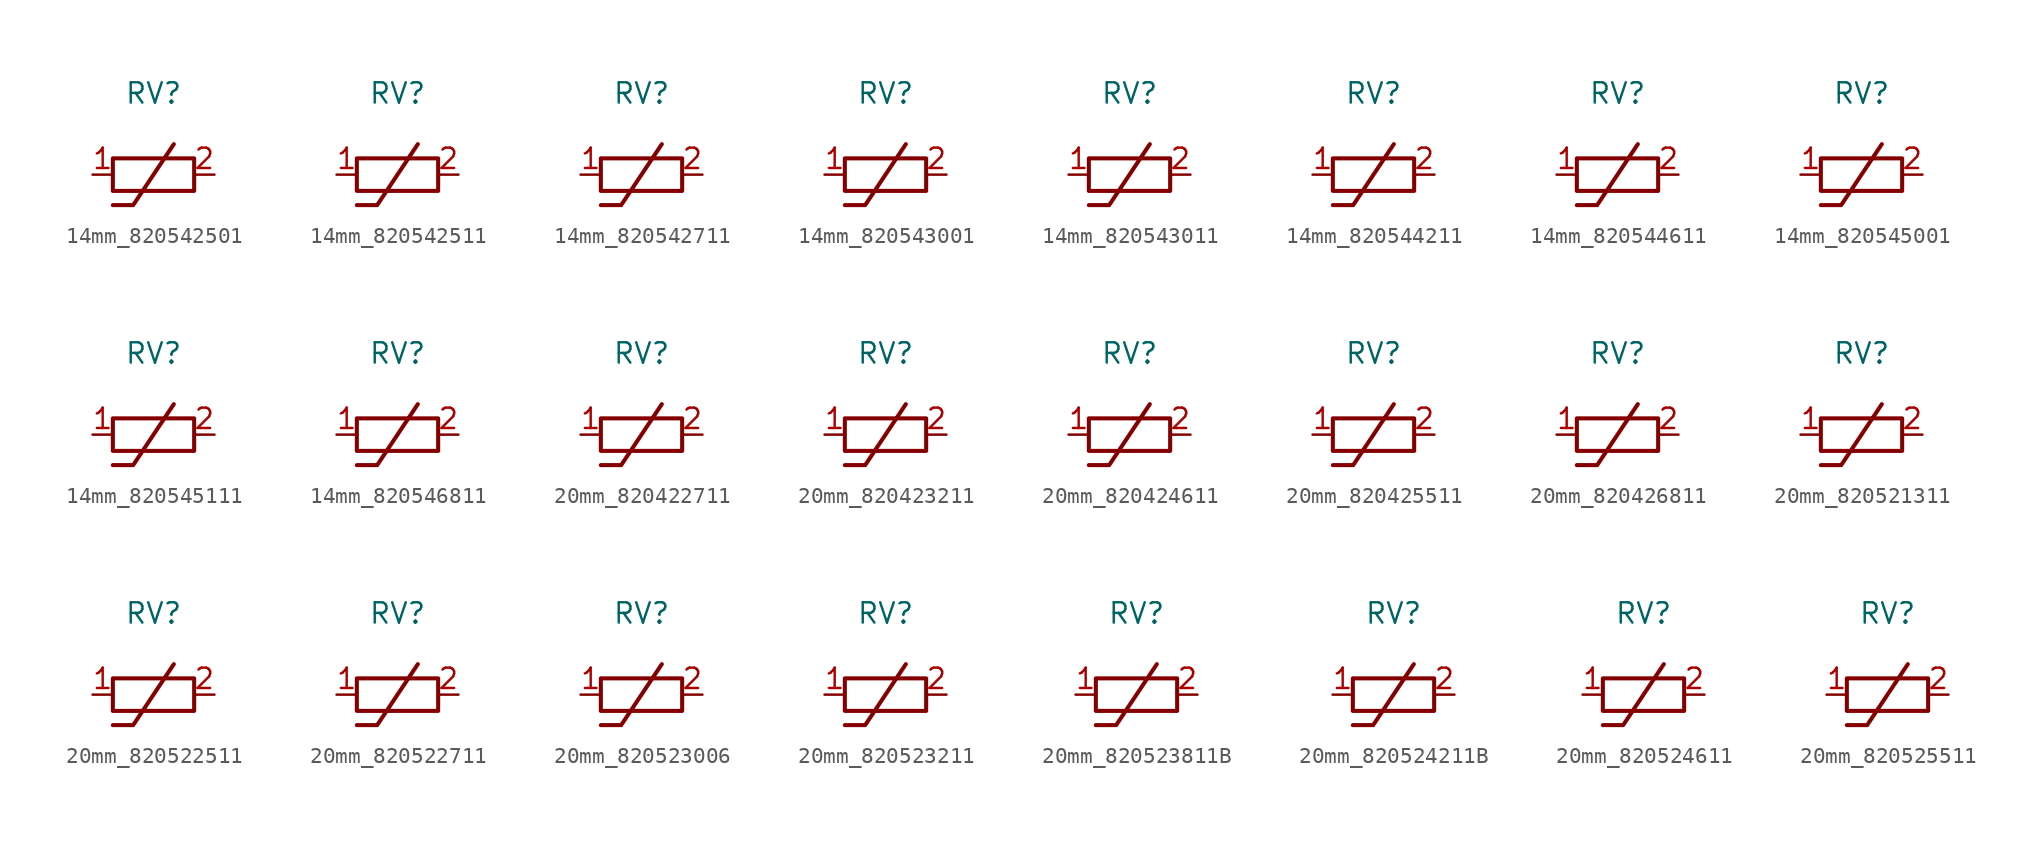
<source format=kicad_sym>
(kicad_symbol_lib
  (version 20220914)
  (generator kicad_symbol_editor)
  (symbol "14mm_820542501"
    (pin_names hide)
    (property "Reference" "RV"
      (at 0 5.08 0)
      (effects (font (size 1.27 1.27))))
    (symbol "14mm_820542501_0_1"
      (rectangle (start -2.54 1.016) (end 2.54 -1.016) (stroke (width 0.254) (type default)) (fill (type none))))
    (symbol "14mm_820542501_1_1"
      (polyline (pts (xy -2.54 -1.905) (xy -1.27 -1.905) (xy 1.27 1.905)) (stroke (width 0.254) (type default)) (fill (type none)))
      (pin passive line (at -3.81 0 0) (length 1.27) (name "~" (effects (font (size 1.27 1.27)))) (number "1" (effects (font (size 1.27 1.27)))))
      (pin passive line (at 3.81 0 180) (length 1.27) (name "~" (effects (font (size 1.27 1.27)))) (number "2" (effects (font (size 1.27 1.27)))))))
  (symbol "14mm_820542511"
    (pin_names hide)
    (property "Reference" "RV"
      (at 0 5.08 0)
      (effects (font (size 1.27 1.27))))
    (symbol "14mm_820542511_0_1"
      (rectangle (start -2.54 1.016) (end 2.54 -1.016) (stroke (width 0.254) (type default)) (fill (type none))))
    (symbol "14mm_820542511_1_1"
      (polyline (pts (xy -2.54 -1.905) (xy -1.27 -1.905) (xy 1.27 1.905)) (stroke (width 0.254) (type default)) (fill (type none)))
      (pin passive line (at -3.81 0 0) (length 1.27) (name "~" (effects (font (size 1.27 1.27)))) (number "1" (effects (font (size 1.27 1.27)))))
      (pin passive line (at 3.81 0 180) (length 1.27) (name "~" (effects (font (size 1.27 1.27)))) (number "2" (effects (font (size 1.27 1.27)))))))
  (symbol "14mm_820542711"
    (pin_names hide)
    (property "Reference" "RV"
      (at 0 5.08 0)
      (effects (font (size 1.27 1.27))))
    (symbol "14mm_820542711_0_1"
      (rectangle (start -2.54 1.016) (end 2.54 -1.016) (stroke (width 0.254) (type default)) (fill (type none))))
    (symbol "14mm_820542711_1_1"
      (polyline (pts (xy -2.54 -1.905) (xy -1.27 -1.905) (xy 1.27 1.905)) (stroke (width 0.254) (type default)) (fill (type none)))
      (pin passive line (at -3.81 0 0) (length 1.27) (name "~" (effects (font (size 1.27 1.27)))) (number "1" (effects (font (size 1.27 1.27)))))
      (pin passive line (at 3.81 0 180) (length 1.27) (name "~" (effects (font (size 1.27 1.27)))) (number "2" (effects (font (size 1.27 1.27)))))))
  (symbol "14mm_820543001"
    (pin_names hide)
    (property "Reference" "RV"
      (at 0 5.08 0)
      (effects (font (size 1.27 1.27))))
    (symbol "14mm_820543001_0_1"
      (rectangle (start -2.54 1.016) (end 2.54 -1.016) (stroke (width 0.254) (type default)) (fill (type none))))
    (symbol "14mm_820543001_1_1"
      (polyline (pts (xy -2.54 -1.905) (xy -1.27 -1.905) (xy 1.27 1.905)) (stroke (width 0.254) (type default)) (fill (type none)))
      (pin passive line (at -3.81 0 0) (length 1.27) (name "~" (effects (font (size 1.27 1.27)))) (number "1" (effects (font (size 1.27 1.27)))))
      (pin passive line (at 3.81 0 180) (length 1.27) (name "~" (effects (font (size 1.27 1.27)))) (number "2" (effects (font (size 1.27 1.27)))))))
  (symbol "14mm_820543011"
    (pin_names hide)
    (property "Reference" "RV"
      (at 0 5.08 0)
      (effects (font (size 1.27 1.27))))
    (symbol "14mm_820543011_0_1"
      (rectangle (start -2.54 1.016) (end 2.54 -1.016) (stroke (width 0.254) (type default)) (fill (type none))))
    (symbol "14mm_820543011_1_1"
      (polyline (pts (xy -2.54 -1.905) (xy -1.27 -1.905) (xy 1.27 1.905)) (stroke (width 0.254) (type default)) (fill (type none)))
      (pin passive line (at -3.81 0 0) (length 1.27) (name "~" (effects (font (size 1.27 1.27)))) (number "1" (effects (font (size 1.27 1.27)))))
      (pin passive line (at 3.81 0 180) (length 1.27) (name "~" (effects (font (size 1.27 1.27)))) (number "2" (effects (font (size 1.27 1.27)))))))
  (symbol "14mm_820544211"
    (pin_names hide)
    (property "Reference" "RV"
      (at 0 5.08 0)
      (effects (font (size 1.27 1.27))))
    (symbol "14mm_820544211_0_1"
      (rectangle (start -2.54 1.016) (end 2.54 -1.016) (stroke (width 0.254) (type default)) (fill (type none))))
    (symbol "14mm_820544211_1_1"
      (polyline (pts (xy -2.54 -1.905) (xy -1.27 -1.905) (xy 1.27 1.905)) (stroke (width 0.254) (type default)) (fill (type none)))
      (pin passive line (at -3.81 0 0) (length 1.27) (name "~" (effects (font (size 1.27 1.27)))) (number "1" (effects (font (size 1.27 1.27)))))
      (pin passive line (at 3.81 0 180) (length 1.27) (name "~" (effects (font (size 1.27 1.27)))) (number "2" (effects (font (size 1.27 1.27)))))))
  (symbol "14mm_820544611"
    (pin_names hide)
    (property "Reference" "RV"
      (at 0 5.08 0)
      (effects (font (size 1.27 1.27))))
    (symbol "14mm_820544611_0_1"
      (rectangle (start -2.54 1.016) (end 2.54 -1.016) (stroke (width 0.254) (type default)) (fill (type none))))
    (symbol "14mm_820544611_1_1"
      (polyline (pts (xy -2.54 -1.905) (xy -1.27 -1.905) (xy 1.27 1.905)) (stroke (width 0.254) (type default)) (fill (type none)))
      (pin passive line (at -3.81 0 0) (length 1.27) (name "~" (effects (font (size 1.27 1.27)))) (number "1" (effects (font (size 1.27 1.27)))))
      (pin passive line (at 3.81 0 180) (length 1.27) (name "~" (effects (font (size 1.27 1.27)))) (number "2" (effects (font (size 1.27 1.27)))))))
  (symbol "14mm_820545001"
    (pin_names hide)
    (property "Reference" "RV"
      (at 0 5.08 0)
      (effects (font (size 1.27 1.27))))
    (symbol "14mm_820545001_0_1"
      (rectangle (start -2.54 1.016) (end 2.54 -1.016) (stroke (width 0.254) (type default)) (fill (type none))))
    (symbol "14mm_820545001_1_1"
      (polyline (pts (xy -2.54 -1.905) (xy -1.27 -1.905) (xy 1.27 1.905)) (stroke (width 0.254) (type default)) (fill (type none)))
      (pin passive line (at -3.81 0 0) (length 1.27) (name "~" (effects (font (size 1.27 1.27)))) (number "1" (effects (font (size 1.27 1.27)))))
      (pin passive line (at 3.81 0 180) (length 1.27) (name "~" (effects (font (size 1.27 1.27)))) (number "2" (effects (font (size 1.27 1.27)))))))
  (symbol "14mm_820545111"
    (pin_names hide)
    (property "Reference" "RV"
      (at 0 5.08 0)
      (effects (font (size 1.27 1.27))))
    (symbol "14mm_820545111_0_1"
      (rectangle (start -2.54 1.016) (end 2.54 -1.016) (stroke (width 0.254) (type default)) (fill (type none))))
    (symbol "14mm_820545111_1_1"
      (polyline (pts (xy -2.54 -1.905) (xy -1.27 -1.905) (xy 1.27 1.905)) (stroke (width 0.254) (type default)) (fill (type none)))
      (pin passive line (at -3.81 0 0) (length 1.27) (name "~" (effects (font (size 1.27 1.27)))) (number "1" (effects (font (size 1.27 1.27)))))
      (pin passive line (at 3.81 0 180) (length 1.27) (name "~" (effects (font (size 1.27 1.27)))) (number "2" (effects (font (size 1.27 1.27)))))))
  (symbol "14mm_820546811"
    (pin_names hide)
    (property "Reference" "RV"
      (at 0 5.08 0)
      (effects (font (size 1.27 1.27))))
    (symbol "14mm_820546811_0_1"
      (rectangle (start -2.54 1.016) (end 2.54 -1.016) (stroke (width 0.254) (type default)) (fill (type none))))
    (symbol "14mm_820546811_1_1"
      (polyline (pts (xy -2.54 -1.905) (xy -1.27 -1.905) (xy 1.27 1.905)) (stroke (width 0.254) (type default)) (fill (type none)))
      (pin passive line (at -3.81 0 0) (length 1.27) (name "~" (effects (font (size 1.27 1.27)))) (number "1" (effects (font (size 1.27 1.27)))))
      (pin passive line (at 3.81 0 180) (length 1.27) (name "~" (effects (font (size 1.27 1.27)))) (number "2" (effects (font (size 1.27 1.27)))))))
  (symbol "20mm_820422711"
    (pin_names hide)
    (property "Reference" "RV"
      (at 0 5.08 0)
      (effects (font (size 1.27 1.27))))
    (symbol "20mm_820422711_0_1"
      (rectangle (start -2.54 1.016) (end 2.54 -1.016) (stroke (width 0.254) (type default)) (fill (type none))))
    (symbol "20mm_820422711_1_1"
      (polyline (pts (xy -2.54 -1.905) (xy -1.27 -1.905) (xy 1.27 1.905)) (stroke (width 0.254) (type default)) (fill (type none)))
      (pin passive line (at -3.81 0 0) (length 1.27) (name "~" (effects (font (size 1.27 1.27)))) (number "1" (effects (font (size 1.27 1.27)))))
      (pin passive line (at 3.81 0 180) (length 1.27) (name "~" (effects (font (size 1.27 1.27)))) (number "2" (effects (font (size 1.27 1.27)))))))
  (symbol "20mm_820423211"
    (pin_names hide)
    (property "Reference" "RV"
      (at 0 5.08 0)
      (effects (font (size 1.27 1.27))))
    (symbol "20mm_820423211_0_1"
      (rectangle (start -2.54 1.016) (end 2.54 -1.016) (stroke (width 0.254) (type default)) (fill (type none))))
    (symbol "20mm_820423211_1_1"
      (polyline (pts (xy -2.54 -1.905) (xy -1.27 -1.905) (xy 1.27 1.905)) (stroke (width 0.254) (type default)) (fill (type none)))
      (pin passive line (at -3.81 0 0) (length 1.27) (name "~" (effects (font (size 1.27 1.27)))) (number "1" (effects (font (size 1.27 1.27)))))
      (pin passive line (at 3.81 0 180) (length 1.27) (name "~" (effects (font (size 1.27 1.27)))) (number "2" (effects (font (size 1.27 1.27)))))))
  (symbol "20mm_820424611"
    (pin_names hide)
    (property "Reference" "RV"
      (at 0 5.08 0)
      (effects (font (size 1.27 1.27))))
    (symbol "20mm_820424611_0_1"
      (rectangle (start -2.54 1.016) (end 2.54 -1.016) (stroke (width 0.254) (type default)) (fill (type none))))
    (symbol "20mm_820424611_1_1"
      (polyline (pts (xy -2.54 -1.905) (xy -1.27 -1.905) (xy 1.27 1.905)) (stroke (width 0.254) (type default)) (fill (type none)))
      (pin passive line (at -3.81 0 0) (length 1.27) (name "~" (effects (font (size 1.27 1.27)))) (number "1" (effects (font (size 1.27 1.27)))))
      (pin passive line (at 3.81 0 180) (length 1.27) (name "~" (effects (font (size 1.27 1.27)))) (number "2" (effects (font (size 1.27 1.27)))))))
  (symbol "20mm_820425511"
    (pin_names hide)
    (property "Reference" "RV"
      (at 0 5.08 0)
      (effects (font (size 1.27 1.27))))
    (symbol "20mm_820425511_0_1"
      (rectangle (start -2.54 1.016) (end 2.54 -1.016) (stroke (width 0.254) (type default)) (fill (type none))))
    (symbol "20mm_820425511_1_1"
      (polyline (pts (xy -2.54 -1.905) (xy -1.27 -1.905) (xy 1.27 1.905)) (stroke (width 0.254) (type default)) (fill (type none)))
      (pin passive line (at -3.81 0 0) (length 1.27) (name "~" (effects (font (size 1.27 1.27)))) (number "1" (effects (font (size 1.27 1.27)))))
      (pin passive line (at 3.81 0 180) (length 1.27) (name "~" (effects (font (size 1.27 1.27)))) (number "2" (effects (font (size 1.27 1.27)))))))
  (symbol "20mm_820426811"
    (pin_names hide)
    (property "Reference" "RV"
      (at 0 5.08 0)
      (effects (font (size 1.27 1.27))))
    (symbol "20mm_820426811_0_1"
      (rectangle (start -2.54 1.016) (end 2.54 -1.016) (stroke (width 0.254) (type default)) (fill (type none))))
    (symbol "20mm_820426811_1_1"
      (polyline (pts (xy -2.54 -1.905) (xy -1.27 -1.905) (xy 1.27 1.905)) (stroke (width 0.254) (type default)) (fill (type none)))
      (pin passive line (at -3.81 0 0) (length 1.27) (name "~" (effects (font (size 1.27 1.27)))) (number "1" (effects (font (size 1.27 1.27)))))
      (pin passive line (at 3.81 0 180) (length 1.27) (name "~" (effects (font (size 1.27 1.27)))) (number "2" (effects (font (size 1.27 1.27)))))))
  (symbol "20mm_820521311"
    (pin_names hide)
    (property "Reference" "RV"
      (at 0 5.08 0)
      (effects (font (size 1.27 1.27))))
    (symbol "20mm_820521311_0_1"
      (rectangle (start -2.54 1.016) (end 2.54 -1.016) (stroke (width 0.254) (type default)) (fill (type none))))
    (symbol "20mm_820521311_1_1"
      (polyline (pts (xy -2.54 -1.905) (xy -1.27 -1.905) (xy 1.27 1.905)) (stroke (width 0.254) (type default)) (fill (type none)))
      (pin passive line (at -3.81 0 0) (length 1.27) (name "~" (effects (font (size 1.27 1.27)))) (number "1" (effects (font (size 1.27 1.27)))))
      (pin passive line (at 3.81 0 180) (length 1.27) (name "~" (effects (font (size 1.27 1.27)))) (number "2" (effects (font (size 1.27 1.27)))))))
  (symbol "20mm_820522511"
    (pin_names hide)
    (property "Reference" "RV"
      (at 0 5.08 0)
      (effects (font (size 1.27 1.27))))
    (symbol "20mm_820522511_0_1"
      (rectangle (start -2.54 1.016) (end 2.54 -1.016) (stroke (width 0.254) (type default)) (fill (type none))))
    (symbol "20mm_820522511_1_1"
      (polyline (pts (xy -2.54 -1.905) (xy -1.27 -1.905) (xy 1.27 1.905)) (stroke (width 0.254) (type default)) (fill (type none)))
      (pin passive line (at -3.81 0 0) (length 1.27) (name "~" (effects (font (size 1.27 1.27)))) (number "1" (effects (font (size 1.27 1.27)))))
      (pin passive line (at 3.81 0 180) (length 1.27) (name "~" (effects (font (size 1.27 1.27)))) (number "2" (effects (font (size 1.27 1.27)))))))
  (symbol "20mm_820522711"
    (pin_names hide)
    (property "Reference" "RV"
      (at 0 5.08 0)
      (effects (font (size 1.27 1.27))))
    (symbol "20mm_820522711_0_1"
      (rectangle (start -2.54 1.016) (end 2.54 -1.016) (stroke (width 0.254) (type default)) (fill (type none))))
    (symbol "20mm_820522711_1_1"
      (polyline (pts (xy -2.54 -1.905) (xy -1.27 -1.905) (xy 1.27 1.905)) (stroke (width 0.254) (type default)) (fill (type none)))
      (pin passive line (at -3.81 0 0) (length 1.27) (name "~" (effects (font (size 1.27 1.27)))) (number "1" (effects (font (size 1.27 1.27)))))
      (pin passive line (at 3.81 0 180) (length 1.27) (name "~" (effects (font (size 1.27 1.27)))) (number "2" (effects (font (size 1.27 1.27)))))))
  (symbol "20mm_820523006"
    (pin_names hide)
    (property "Reference" "RV"
      (at 0 5.08 0)
      (effects (font (size 1.27 1.27))))
    (symbol "20mm_820523006_0_1"
      (rectangle (start -2.54 1.016) (end 2.54 -1.016) (stroke (width 0.254) (type default)) (fill (type none))))
    (symbol "20mm_820523006_1_1"
      (polyline (pts (xy -2.54 -1.905) (xy -1.27 -1.905) (xy 1.27 1.905)) (stroke (width 0.254) (type default)) (fill (type none)))
      (pin passive line (at -3.81 0 0) (length 1.27) (name "~" (effects (font (size 1.27 1.27)))) (number "1" (effects (font (size 1.27 1.27)))))
      (pin passive line (at 3.81 0 180) (length 1.27) (name "~" (effects (font (size 1.27 1.27)))) (number "2" (effects (font (size 1.27 1.27)))))))
  (symbol "20mm_820523211"
    (pin_names hide)
    (property "Reference" "RV"
      (at 0 5.08 0)
      (effects (font (size 1.27 1.27))))
    (symbol "20mm_820523211_0_1"
      (rectangle (start -2.54 1.016) (end 2.54 -1.016) (stroke (width 0.254) (type default)) (fill (type none))))
    (symbol "20mm_820523211_1_1"
      (polyline (pts (xy -2.54 -1.905) (xy -1.27 -1.905) (xy 1.27 1.905)) (stroke (width 0.254) (type default)) (fill (type none)))
      (pin passive line (at -3.81 0 0) (length 1.27) (name "~" (effects (font (size 1.27 1.27)))) (number "1" (effects (font (size 1.27 1.27)))))
      (pin passive line (at 3.81 0 180) (length 1.27) (name "~" (effects (font (size 1.27 1.27)))) (number "2" (effects (font (size 1.27 1.27)))))))
  (symbol "20mm_820523811B"
    (pin_names hide)
    (property "Reference" "RV"
      (at 0 5.08 0)
      (effects (font (size 1.27 1.27))))
    (symbol "20mm_820523811B_0_1"
      (rectangle (start -2.54 1.016) (end 2.54 -1.016) (stroke (width 0.254) (type default)) (fill (type none))))
    (symbol "20mm_820523811B_1_1"
      (polyline (pts (xy -2.54 -1.905) (xy -1.27 -1.905) (xy 1.27 1.905)) (stroke (width 0.254) (type default)) (fill (type none)))
      (pin passive line (at -3.81 0 0) (length 1.27) (name "~" (effects (font (size 1.27 1.27)))) (number "1" (effects (font (size 1.27 1.27)))))
      (pin passive line (at 3.81 0 180) (length 1.27) (name "~" (effects (font (size 1.27 1.27)))) (number "2" (effects (font (size 1.27 1.27)))))))
  (symbol "20mm_820524211B"
    (pin_names hide)
    (property "Reference" "RV"
      (at 0 5.08 0)
      (effects (font (size 1.27 1.27))))
    (symbol "20mm_820524211B_0_1"
      (rectangle (start -2.54 1.016) (end 2.54 -1.016) (stroke (width 0.254) (type default)) (fill (type none))))
    (symbol "20mm_820524211B_1_1"
      (polyline (pts (xy -2.54 -1.905) (xy -1.27 -1.905) (xy 1.27 1.905)) (stroke (width 0.254) (type default)) (fill (type none)))
      (pin passive line (at -3.81 0 0) (length 1.27) (name "~" (effects (font (size 1.27 1.27)))) (number "1" (effects (font (size 1.27 1.27)))))
      (pin passive line (at 3.81 0 180) (length 1.27) (name "~" (effects (font (size 1.27 1.27)))) (number "2" (effects (font (size 1.27 1.27)))))))
  (symbol "20mm_820524611"
    (pin_names hide)
    (property "Reference" "RV"
      (at 0 5.08 0)
      (effects (font (size 1.27 1.27))))
    (symbol "20mm_820524611_0_1"
      (rectangle (start -2.54 1.016) (end 2.54 -1.016) (stroke (width 0.254) (type default)) (fill (type none))))
    (symbol "20mm_820524611_1_1"
      (polyline (pts (xy -2.54 -1.905) (xy -1.27 -1.905) (xy 1.27 1.905)) (stroke (width 0.254) (type default)) (fill (type none)))
      (pin passive line (at -3.81 0 0) (length 1.27) (name "~" (effects (font (size 1.27 1.27)))) (number "1" (effects (font (size 1.27 1.27)))))
      (pin passive line (at 3.81 0 180) (length 1.27) (name "~" (effects (font (size 1.27 1.27)))) (number "2" (effects (font (size 1.27 1.27)))))))
  (symbol "20mm_820525511"
    (pin_names hide)
    (property "Reference" "RV"
      (at 0 5.08 0)
      (effects (font (size 1.27 1.27))))
    (symbol "20mm_820525511_0_1"
      (rectangle (start -2.54 1.016) (end 2.54 -1.016) (stroke (width 0.254) (type default)) (fill (type none))))
    (symbol "20mm_820525511_1_1"
      (polyline (pts (xy -2.54 -1.905) (xy -1.27 -1.905) (xy 1.27 1.905)) (stroke (width 0.254) (type default)) (fill (type none)))
      (pin passive line (at -3.81 0 0) (length 1.27) (name "~" (effects (font (size 1.27 1.27)))) (number "1" (effects (font (size 1.27 1.27)))))
      (pin passive line (at 3.81 0 180) (length 1.27) (name "~" (effects (font (size 1.27 1.27)))) (number "2" (effects (font (size 1.27 1.27))))))))
</source>
